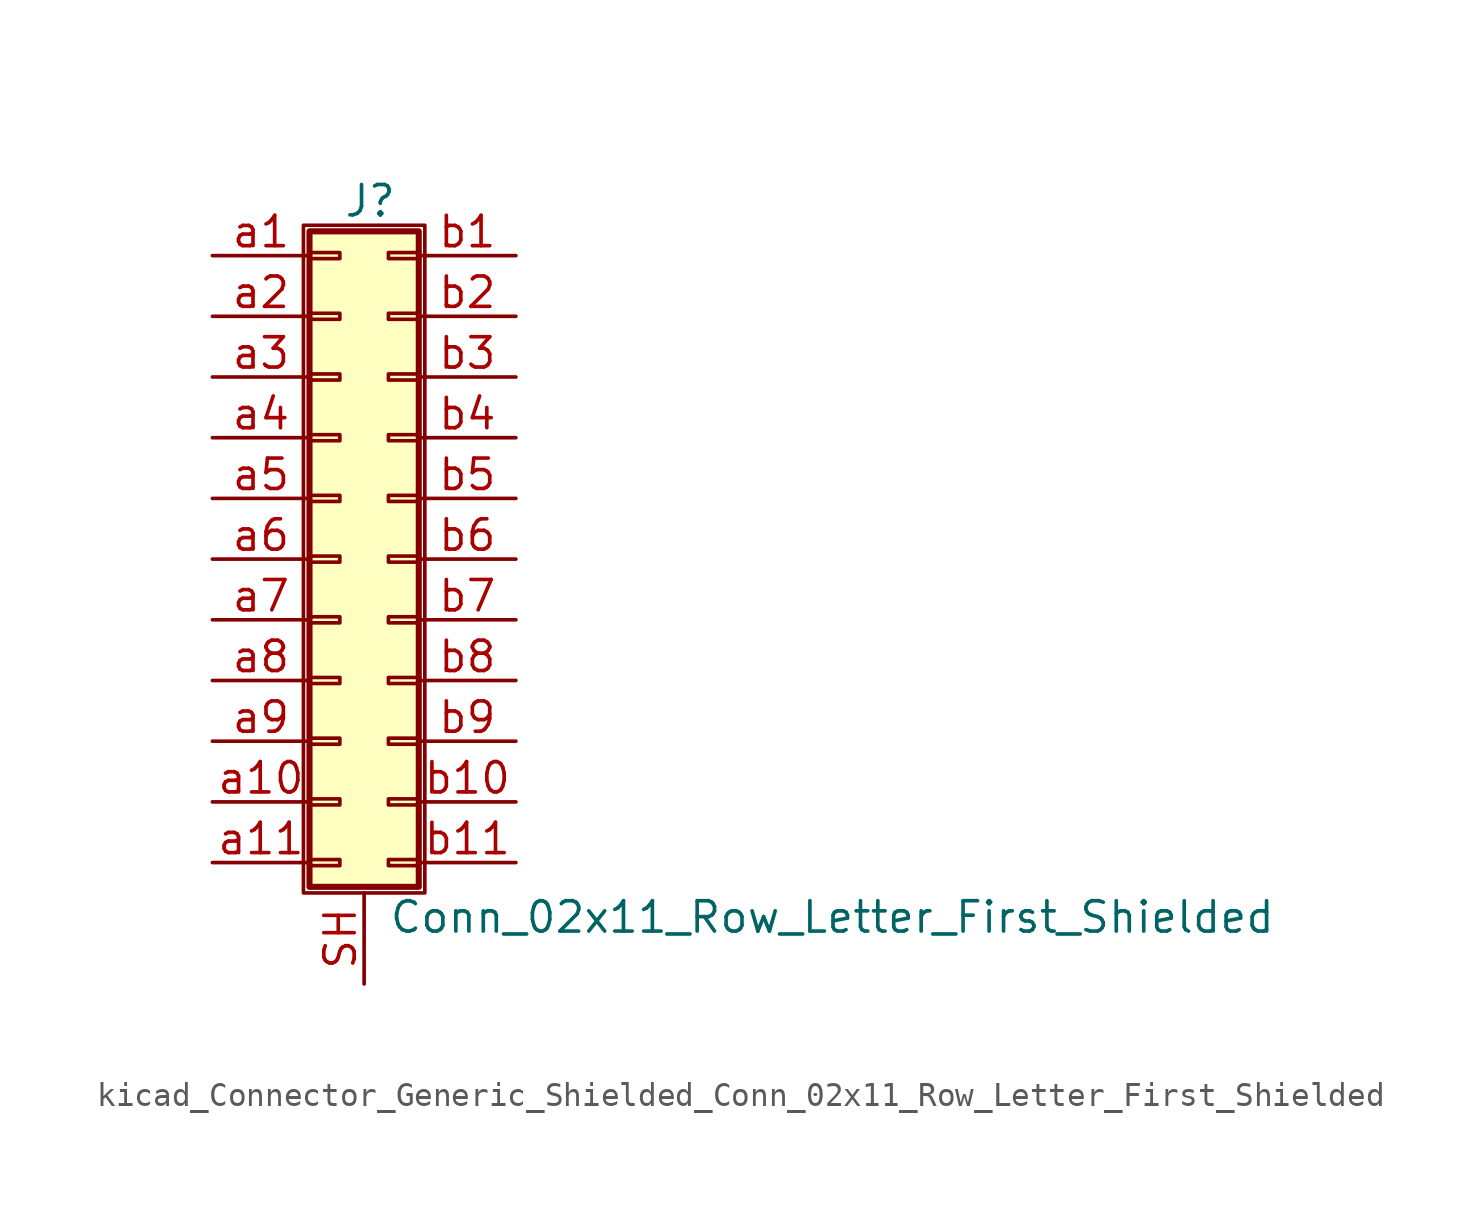
<source format=kicad_sym>
(kicad_symbol_lib
  (version 20220914)
  (generator kicad_symbol_editor)
  (symbol "kicad_Connector_Generic_Shielded_Conn_02x11_Row_Letter_First_Shielded"
    (pin_names
      (offset 1.016) hide)
    (property "Reference" "J"
      (at 1.524 14.986 0)
      (effects (font (size 1.27 1.27))))
    (property "Value" "Conn_02x11_Row_Letter_First_Shielded"
      (at 2.286 -14.986 0)
      (effects (font (size 1.27 1.27)) (justify left)))
    (symbol "kicad_Connector_Generic_Shielded_Conn_02x11_Row_Letter_First_Shielded_1_1"
      (rectangle (start -1.27 13.97) (end 3.81 -13.97) (stroke (width 0.152) (type default)) (fill (type none)))
      (rectangle (start -1.016 -12.573) (end 0.254 -12.827) (stroke (width 0.152) (type default)) (fill (type none)))
      (rectangle (start -1.016 -10.033) (end 0.254 -10.287) (stroke (width 0.152) (type default)) (fill (type none)))
      (rectangle (start -1.016 -7.493) (end 0.254 -7.747) (stroke (width 0.152) (type default)) (fill (type none)))
      (rectangle (start -1.016 -4.953) (end 0.254 -5.207) (stroke (width 0.152) (type default)) (fill (type none)))
      (rectangle (start -1.016 -2.413) (end 0.254 -2.667) (stroke (width 0.152) (type default)) (fill (type none)))
      (rectangle (start -1.016 0.127) (end 0.254 -0.127) (stroke (width 0.152) (type default)) (fill (type none)))
      (rectangle (start -1.016 2.667) (end 0.254 2.413) (stroke (width 0.152) (type default)) (fill (type none)))
      (rectangle (start -1.016 5.207) (end 0.254 4.953) (stroke (width 0.152) (type default)) (fill (type none)))
      (rectangle (start -1.016 7.747) (end 0.254 7.493) (stroke (width 0.152) (type default)) (fill (type none)))
      (rectangle (start -1.016 10.287) (end 0.254 10.033) (stroke (width 0.152) (type default)) (fill (type none)))
      (rectangle (start -1.016 12.827) (end 0.254 12.573) (stroke (width 0.152) (type default)) (fill (type none)))
      (rectangle (start -1.016 13.716) (end 3.556 -13.716) (stroke (width 0.254) (type default)) (fill (type background)))
      (rectangle (start 3.556 -12.573) (end 2.286 -12.827) (stroke (width 0.152) (type default)) (fill (type none)))
      (rectangle (start 3.556 -10.033) (end 2.286 -10.287) (stroke (width 0.152) (type default)) (fill (type none)))
      (rectangle (start 3.556 -7.493) (end 2.286 -7.747) (stroke (width 0.152) (type default)) (fill (type none)))
      (rectangle (start 3.556 -4.953) (end 2.286 -5.207) (stroke (width 0.152) (type default)) (fill (type none)))
      (rectangle (start 3.556 -2.413) (end 2.286 -2.667) (stroke (width 0.152) (type default)) (fill (type none)))
      (rectangle (start 3.556 0.127) (end 2.286 -0.127) (stroke (width 0.152) (type default)) (fill (type none)))
      (rectangle (start 3.556 2.667) (end 2.286 2.413) (stroke (width 0.152) (type default)) (fill (type none)))
      (rectangle (start 3.556 5.207) (end 2.286 4.953) (stroke (width 0.152) (type default)) (fill (type none)))
      (rectangle (start 3.556 7.747) (end 2.286 7.493) (stroke (width 0.152) (type default)) (fill (type none)))
      (rectangle (start 3.556 10.287) (end 2.286 10.033) (stroke (width 0.152) (type default)) (fill (type none)))
      (rectangle (start 3.556 12.827) (end 2.286 12.573) (stroke (width 0.152) (type default)) (fill (type none)))
      (pin passive line (at 1.27 -17.78 90) (length 3.81) (name "Shield" (effects (font (size 1.27 1.27)))) (number "SH" (effects (font (size 1.27 1.27)))))
      (pin passive line (at -5.08 12.7 0) (length 4.064) (name "Pin_a1" (effects (font (size 1.27 1.27)))) (number "a1" (effects (font (size 1.27 1.27)))))
      (pin passive line (at -5.08 -10.16 0) (length 4.064) (name "Pin_a10" (effects (font (size 1.27 1.27)))) (number "a10" (effects (font (size 1.27 1.27)))))
      (pin passive line (at -5.08 -12.7 0) (length 4.064) (name "Pin_a11" (effects (font (size 1.27 1.27)))) (number "a11" (effects (font (size 1.27 1.27)))))
      (pin passive line (at -5.08 10.16 0) (length 4.064) (name "Pin_a2" (effects (font (size 1.27 1.27)))) (number "a2" (effects (font (size 1.27 1.27)))))
      (pin passive line (at -5.08 7.62 0) (length 4.064) (name "Pin_a3" (effects (font (size 1.27 1.27)))) (number "a3" (effects (font (size 1.27 1.27)))))
      (pin passive line (at -5.08 5.08 0) (length 4.064) (name "Pin_a4" (effects (font (size 1.27 1.27)))) (number "a4" (effects (font (size 1.27 1.27)))))
      (pin passive line (at -5.08 2.54 0) (length 4.064) (name "Pin_a5" (effects (font (size 1.27 1.27)))) (number "a5" (effects (font (size 1.27 1.27)))))
      (pin passive line (at -5.08 0 0) (length 4.064) (name "Pin_a6" (effects (font (size 1.27 1.27)))) (number "a6" (effects (font (size 1.27 1.27)))))
      (pin passive line (at -5.08 -2.54 0) (length 4.064) (name "Pin_a7" (effects (font (size 1.27 1.27)))) (number "a7" (effects (font (size 1.27 1.27)))))
      (pin passive line (at -5.08 -5.08 0) (length 4.064) (name "Pin_a8" (effects (font (size 1.27 1.27)))) (number "a8" (effects (font (size 1.27 1.27)))))
      (pin passive line (at -5.08 -7.62 0) (length 4.064) (name "Pin_a9" (effects (font (size 1.27 1.27)))) (number "a9" (effects (font (size 1.27 1.27)))))
      (pin passive line (at 7.62 12.7 180) (length 4.064) (name "Pin_b1" (effects (font (size 1.27 1.27)))) (number "b1" (effects (font (size 1.27 1.27)))))
      (pin passive line (at 7.62 -10.16 180) (length 4.064) (name "Pin_b10" (effects (font (size 1.27 1.27)))) (number "b10" (effects (font (size 1.27 1.27)))))
      (pin passive line (at 7.62 -12.7 180) (length 4.064) (name "Pin_b11" (effects (font (size 1.27 1.27)))) (number "b11" (effects (font (size 1.27 1.27)))))
      (pin passive line (at 7.62 10.16 180) (length 4.064) (name "Pin_b2" (effects (font (size 1.27 1.27)))) (number "b2" (effects (font (size 1.27 1.27)))))
      (pin passive line (at 7.62 7.62 180) (length 4.064) (name "Pin_b3" (effects (font (size 1.27 1.27)))) (number "b3" (effects (font (size 1.27 1.27)))))
      (pin passive line (at 7.62 5.08 180) (length 4.064) (name "Pin_b4" (effects (font (size 1.27 1.27)))) (number "b4" (effects (font (size 1.27 1.27)))))
      (pin passive line (at 7.62 2.54 180) (length 4.064) (name "Pin_b5" (effects (font (size 1.27 1.27)))) (number "b5" (effects (font (size 1.27 1.27)))))
      (pin passive line (at 7.62 0 180) (length 4.064) (name "Pin_b6" (effects (font (size 1.27 1.27)))) (number "b6" (effects (font (size 1.27 1.27)))))
      (pin passive line (at 7.62 -2.54 180) (length 4.064) (name "Pin_b7" (effects (font (size 1.27 1.27)))) (number "b7" (effects (font (size 1.27 1.27)))))
      (pin passive line (at 7.62 -5.08 180) (length 4.064) (name "Pin_b8" (effects (font (size 1.27 1.27)))) (number "b8" (effects (font (size 1.27 1.27)))))
      (pin passive line (at 7.62 -7.62 180) (length 4.064) (name "Pin_b9" (effects (font (size 1.27 1.27)))) (number "b9" (effects (font (size 1.27 1.27))))))))
</source>
